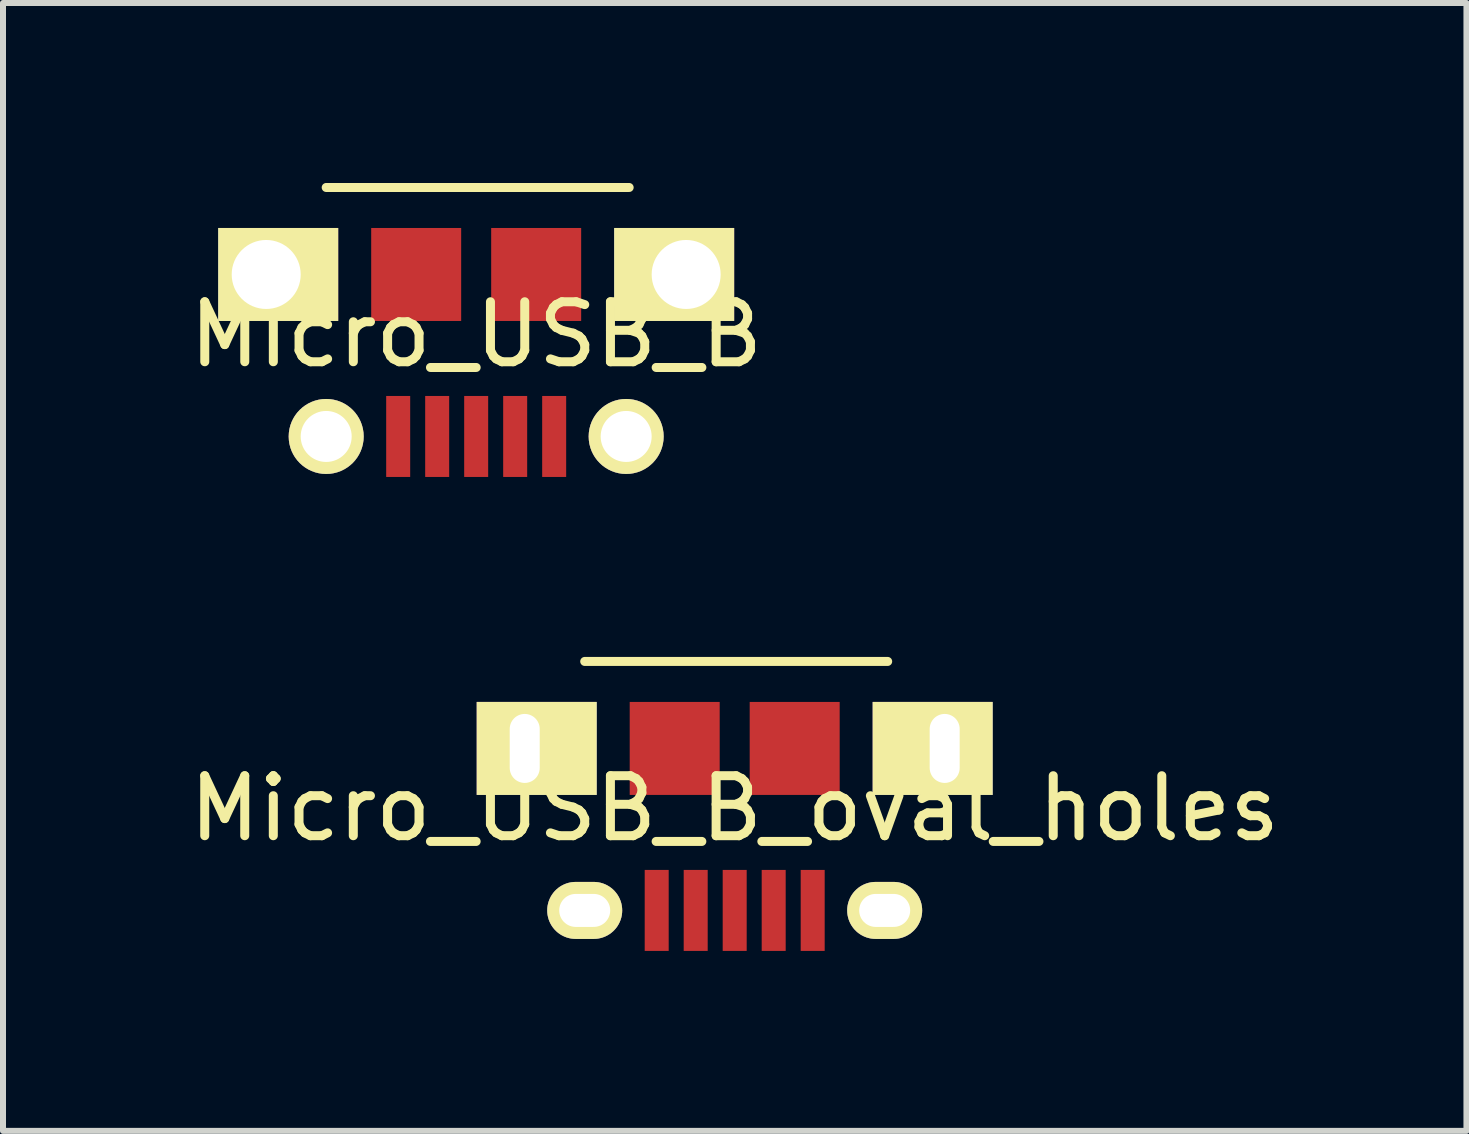
<source format=kicad_pcb>
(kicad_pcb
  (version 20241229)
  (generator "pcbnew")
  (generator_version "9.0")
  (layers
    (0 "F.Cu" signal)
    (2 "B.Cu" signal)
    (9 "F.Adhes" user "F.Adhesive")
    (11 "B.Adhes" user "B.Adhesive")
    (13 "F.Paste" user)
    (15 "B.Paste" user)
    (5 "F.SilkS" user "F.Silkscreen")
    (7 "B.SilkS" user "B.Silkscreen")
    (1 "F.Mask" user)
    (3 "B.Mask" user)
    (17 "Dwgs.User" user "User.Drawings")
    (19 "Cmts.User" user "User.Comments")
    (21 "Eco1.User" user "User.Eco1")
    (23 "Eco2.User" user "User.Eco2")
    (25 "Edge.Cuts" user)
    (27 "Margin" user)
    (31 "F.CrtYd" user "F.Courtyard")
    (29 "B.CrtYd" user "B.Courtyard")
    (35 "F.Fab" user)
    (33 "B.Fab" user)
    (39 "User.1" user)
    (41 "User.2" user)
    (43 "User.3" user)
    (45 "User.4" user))
  (footprint "Micro_USB_B_oval_holes"
    (layer "F.Cu")
    (at 9.196 12.125)
    (property "Reference" "Micro_USB_B_oval_holes" (at 0 -1.7 0) (layer "F.SilkS") (effects (font (size 1 1) (thickness 0.15))))
    (attr through_hole)
    (fp_line (start 2.55 -4.15) (end -2.5 -4.15) (stroke (width 0.15) (type solid)) (layer "F.SilkS"))
    (pad "1" smd rect (at 1.3 0) (size 0.4 1.35) (layers "F.Cu" "F.Mask" "F.Paste"))
    (pad "2" smd rect (at 0.65 0) (size 0.4 1.35) (layers "F.Cu" "F.Mask" "F.Paste"))
    (pad "3" smd rect (at 0 0) (size 0.4 1.35) (layers "F.Cu" "F.Mask" "F.Paste"))
    (pad "4" smd rect (at -0.65 0) (size 0.4 1.35) (layers "F.Cu" "F.Mask" "F.Paste"))
    (pad "5" smd rect (at -1.3 0) (size 0.4 1.35) (layers "F.Cu" "F.Mask" "F.Paste"))
    (pad "6" thru_hole trapezoid (at -3.5 -2.7) (size 2 1.55) (drill oval 0.5 1.15 (offset 0.2 0)) (layers "*.Cu" "*.Mask" "F.SilkS"))
    (pad "6" thru_hole oval (at -2.5 0) (size 1.25 0.95) (drill oval 0.85 0.55) (layers "*.Cu" "*.Mask" "F.SilkS"))
    (pad "6" smd rect (at -1 -2.7) (size 1.5 1.55) (layers "F.Cu" "F.Mask" "F.Paste"))
    (pad "6" smd rect (at 1 -2.7) (size 1.5 1.55) (layers "F.Cu" "F.Mask" "F.Paste"))
    (pad "6" thru_hole oval (at 2.5 0) (size 1.25 0.95) (drill oval 0.85 0.55) (layers "*.Cu" "*.Mask" "F.SilkS"))
    (pad "6" thru_hole trapezoid (at 3.5 -2.7) (size 2 1.55) (drill oval 0.5 1.15 (offset -0.2 0)) (layers "*.Cu" "*.Mask" "F.SilkS")))
  (footprint "Micro_USB_B"
    (layer "F.Cu")
    (at 4.887 4.225)
    (property "Reference" "Micro_USB_B" (at 0 -1.7 0) (layer "F.SilkS") (effects (font (size 1 1) (thickness 0.15))))
    (attr through_hole)
    (fp_line (start 2.55 -4.15) (end -2.5 -4.15) (stroke (width 0.15) (type solid)) (layer "F.SilkS"))
    (pad "1" smd rect (at 1.3 0) (size 0.4 1.35) (layers "F.Cu" "F.Mask" "F.Paste"))
    (pad "2" smd rect (at 0.65 0) (size 0.4 1.35) (layers "F.Cu" "F.Mask" "F.Paste"))
    (pad "3" smd rect (at 0 0) (size 0.4 1.35) (layers "F.Cu" "F.Mask" "F.Paste"))
    (pad "4" smd rect (at -0.65 0) (size 0.4 1.35) (layers "F.Cu" "F.Mask" "F.Paste"))
    (pad "5" smd rect (at -1.3 0) (size 0.4 1.35) (layers "F.Cu" "F.Mask" "F.Paste"))
    (pad "6" thru_hole trapezoid (at -3.5 -2.7) (size 2 1.55) (drill 1.15 (offset 0.2 0)) (layers "*.Cu" "*.Mask" "F.SilkS"))
    (pad "6" thru_hole circle (at -2.5 0) (size 1.25 1.25) (drill 0.85) (layers "*.Cu" "*.Mask" "F.SilkS"))
    (pad "6" smd rect (at -1 -2.7) (size 1.5 1.55) (layers "F.Cu" "F.Mask" "F.Paste"))
    (pad "6" smd rect (at 1 -2.7) (size 1.5 1.55) (layers "F.Cu" "F.Mask" "F.Paste"))
    (pad "6" thru_hole circle (at 2.5 0) (size 1.25 1.25) (drill 0.85) (layers "*.Cu" "*.Mask" "F.SilkS"))
    (pad "6" thru_hole trapezoid (at 3.5 -2.7) (size 2 1.55) (drill 1.15 (offset -0.2 0)) (layers "*.Cu" "*.Mask" "F.SilkS")))
  (gr_rect
    (start -3 -3)
    (end 21.393 15.8)
    (stroke (width 0.1) (type default))
    (fill no)
    (layer "Edge.Cuts")))
</source>
